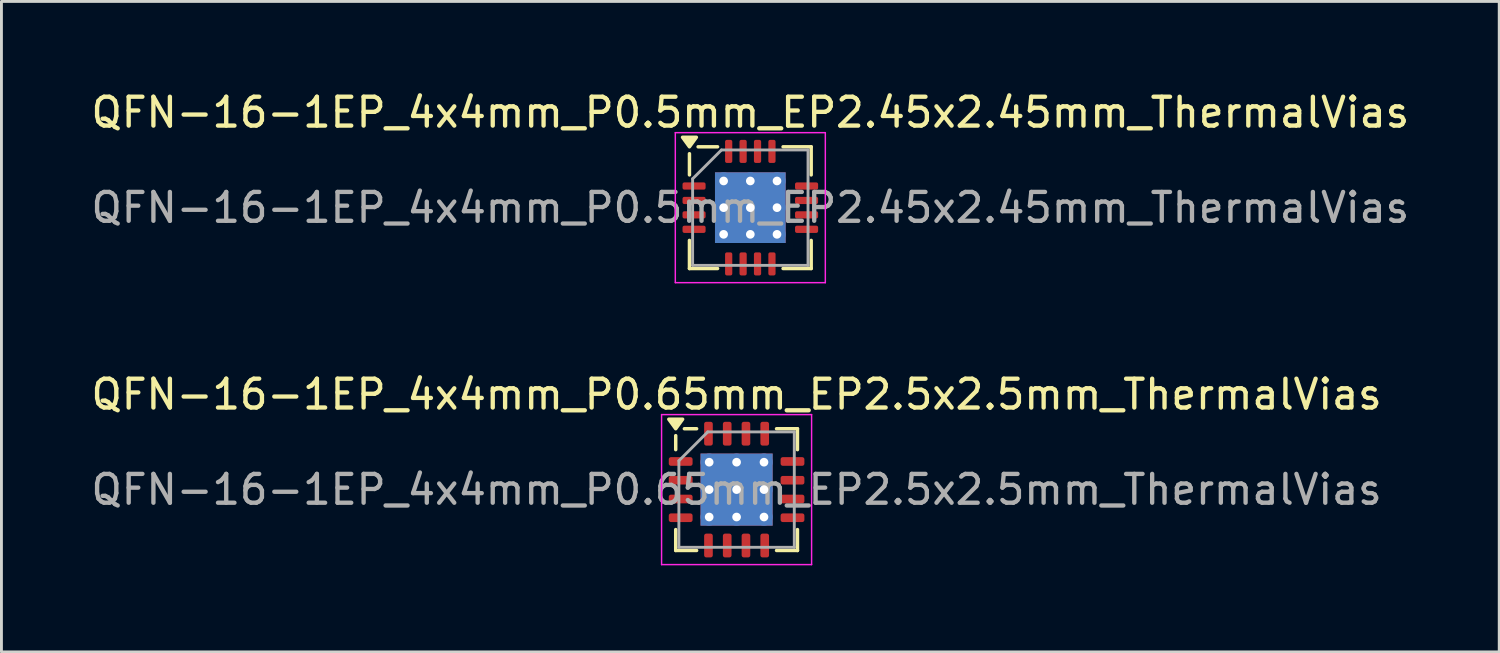
<source format=kicad_pcb>
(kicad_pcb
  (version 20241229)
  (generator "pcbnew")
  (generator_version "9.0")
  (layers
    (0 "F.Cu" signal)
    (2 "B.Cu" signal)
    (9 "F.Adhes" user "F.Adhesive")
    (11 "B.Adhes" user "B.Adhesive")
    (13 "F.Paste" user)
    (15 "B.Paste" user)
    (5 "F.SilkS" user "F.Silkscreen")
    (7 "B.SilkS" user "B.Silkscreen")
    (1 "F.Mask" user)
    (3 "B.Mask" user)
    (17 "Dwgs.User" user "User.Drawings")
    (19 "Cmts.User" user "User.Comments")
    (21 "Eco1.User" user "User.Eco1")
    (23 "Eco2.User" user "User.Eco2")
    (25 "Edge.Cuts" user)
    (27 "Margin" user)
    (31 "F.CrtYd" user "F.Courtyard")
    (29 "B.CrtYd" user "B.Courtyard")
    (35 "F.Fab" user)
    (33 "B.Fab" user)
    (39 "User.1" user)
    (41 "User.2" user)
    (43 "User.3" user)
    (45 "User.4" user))
  (footprint "QFN-16-1EP_4x4mm_P0.65mm_EP2.5x2.5mm_ThermalVias"
    (layer "F.Cu")
    (at 22.482 13.921)
    (property "Reference" "QFN-16-1EP_4x4mm_P0.65mm_EP2.5x2.5mm_ThermalVias" (at 0 -3.3 0) (layer "F.SilkS") (effects (font (size 1 1) (thickness 0.15))))
    (attr smd)
    (fp_line (start -2.11 -1.385) (end -2.11 -1.87) (stroke (width 0.12) (type solid)) (layer "F.SilkS"))
    (fp_line (start -2.11 2.11) (end -2.11 1.385) (stroke (width 0.12) (type solid)) (layer "F.SilkS"))
    (fp_line (start -1.385 -2.11) (end -1.81 -2.11) (stroke (width 0.12) (type solid)) (layer "F.SilkS"))
    (fp_line (start -1.385 2.11) (end -2.11 2.11) (stroke (width 0.12) (type solid)) (layer "F.SilkS"))
    (fp_line (start 1.385 -2.11) (end 2.11 -2.11) (stroke (width 0.12) (type solid)) (layer "F.SilkS"))
    (fp_line (start 1.385 2.11) (end 2.11 2.11) (stroke (width 0.12) (type solid)) (layer "F.SilkS"))
    (fp_line (start 2.11 -2.11) (end 2.11 -1.385) (stroke (width 0.12) (type solid)) (layer "F.SilkS"))
    (fp_line (start 2.11 2.11) (end 2.11 1.385) (stroke (width 0.12) (type solid)) (layer "F.SilkS"))
    (fp_poly (pts (xy -2.11 -2.11) (xy -2.35 -2.44) (xy -1.87 -2.44) (xy -2.11 -2.11)) (stroke (width 0.12) (type solid)) (fill yes) (layer "F.SilkS"))
    (fp_line (start -2.6 -2.6) (end -2.6 2.6) (stroke (width 0.05) (type solid)) (layer "F.CrtYd"))
    (fp_line (start -2.6 2.6) (end 2.6 2.6) (stroke (width 0.05) (type solid)) (layer "F.CrtYd"))
    (fp_line (start 2.6 -2.6) (end -2.6 -2.6) (stroke (width 0.05) (type solid)) (layer "F.CrtYd"))
    (fp_line (start 2.6 2.6) (end 2.6 -2.6) (stroke (width 0.05) (type solid)) (layer "F.CrtYd"))
    (fp_line (start -2 -1) (end -1 -2) (stroke (width 0.1) (type solid)) (layer "F.Fab"))
    (fp_line (start -2 2) (end -2 -1) (stroke (width 0.1) (type solid)) (layer "F.Fab"))
    (fp_line (start -1 -2) (end 2 -2) (stroke (width 0.1) (type solid)) (layer "F.Fab"))
    (fp_line (start 2 -2) (end 2 2) (stroke (width 0.1) (type solid)) (layer "F.Fab"))
    (fp_line (start 2 2) (end -2 2) (stroke (width 0.1) (type solid)) (layer "F.Fab"))
    (fp_text user "${REFERENCE}" (at 0 0 0) (layer "F.Fab") (effects (font (size 1 1) (thickness 0.15))))
    (pad "" smd roundrect (at -0.625 -0.625) (size 1.08 1.08) (layers "F.Paste") (roundrect_rratio 0.231))
    (pad "" smd roundrect (at -0.625 0.625) (size 1.08 1.08) (layers "F.Paste") (roundrect_rratio 0.231))
    (pad "" smd roundrect (at 0.625 -0.625) (size 1.08 1.08) (layers "F.Paste") (roundrect_rratio 0.231))
    (pad "" smd roundrect (at 0.625 0.625) (size 1.08 1.08) (layers "F.Paste") (roundrect_rratio 0.231))
    (pad "1" smd roundrect (at -1.938 -0.975) (size 0.825 0.3) (layers "F.Cu" "F.Mask" "F.Paste") (roundrect_rratio 0.25))
    (pad "2" smd roundrect (at -1.938 -0.325) (size 0.825 0.3) (layers "F.Cu" "F.Mask" "F.Paste") (roundrect_rratio 0.25))
    (pad "3" smd roundrect (at -1.938 0.325) (size 0.825 0.3) (layers "F.Cu" "F.Mask" "F.Paste") (roundrect_rratio 0.25))
    (pad "4" smd roundrect (at -1.938 0.975) (size 0.825 0.3) (layers "F.Cu" "F.Mask" "F.Paste") (roundrect_rratio 0.25))
    (pad "5" smd roundrect (at -0.975 1.938) (size 0.3 0.825) (layers "F.Cu" "F.Mask" "F.Paste") (roundrect_rratio 0.25))
    (pad "6" smd roundrect (at -0.325 1.938) (size 0.3 0.825) (layers "F.Cu" "F.Mask" "F.Paste") (roundrect_rratio 0.25))
    (pad "7" smd roundrect (at 0.325 1.938) (size 0.3 0.825) (layers "F.Cu" "F.Mask" "F.Paste") (roundrect_rratio 0.25))
    (pad "8" smd roundrect (at 0.975 1.938) (size 0.3 0.825) (layers "F.Cu" "F.Mask" "F.Paste") (roundrect_rratio 0.25))
    (pad "9" smd roundrect (at 1.938 0.975) (size 0.825 0.3) (layers "F.Cu" "F.Mask" "F.Paste") (roundrect_rratio 0.25))
    (pad "10" smd roundrect (at 1.938 0.325) (size 0.825 0.3) (layers "F.Cu" "F.Mask" "F.Paste") (roundrect_rratio 0.25))
    (pad "11" smd roundrect (at 1.938 -0.325) (size 0.825 0.3) (layers "F.Cu" "F.Mask" "F.Paste") (roundrect_rratio 0.25))
    (pad "12" smd roundrect (at 1.938 -0.975) (size 0.825 0.3) (layers "F.Cu" "F.Mask" "F.Paste") (roundrect_rratio 0.25))
    (pad "13" smd roundrect (at 0.975 -1.938) (size 0.3 0.825) (layers "F.Cu" "F.Mask" "F.Paste") (roundrect_rratio 0.25))
    (pad "14" smd roundrect (at 0.325 -1.938) (size 0.3 0.825) (layers "F.Cu" "F.Mask" "F.Paste") (roundrect_rratio 0.25))
    (pad "15" smd roundrect (at -0.325 -1.938) (size 0.3 0.825) (layers "F.Cu" "F.Mask" "F.Paste") (roundrect_rratio 0.25))
    (pad "16" smd roundrect (at -0.975 -1.938) (size 0.3 0.825) (layers "F.Cu" "F.Mask" "F.Paste") (roundrect_rratio 0.25))
    (pad "17" thru_hole circle (at -0.95 -0.95) (size 0.6 0.6) (drill 0.3) (property pad_prop_heatsink) (layers "*.Cu"))
    (pad "17" thru_hole circle (at -0.95 0) (size 0.6 0.6) (drill 0.3) (property pad_prop_heatsink) (layers "*.Cu"))
    (pad "17" thru_hole circle (at -0.95 0.95) (size 0.6 0.6) (drill 0.3) (property pad_prop_heatsink) (layers "*.Cu"))
    (pad "17" thru_hole circle (at 0 -0.95) (size 0.6 0.6) (drill 0.3) (property pad_prop_heatsink) (layers "*.Cu"))
    (pad "17" thru_hole circle (at 0 0) (size 0.6 0.6) (drill 0.3) (property pad_prop_heatsink) (layers "*.Cu"))
    (pad "17" smd rect (at 0 0) (size 2.5 2.5) (property pad_prop_heatsink) (layers "F.Cu" "F.Mask"))
    (pad "17" smd rect (at 0 0) (size 2.5 2.5) (property pad_prop_heatsink) (layers "B.Cu"))
    (pad "17" thru_hole circle (at 0 0.95) (size 0.6 0.6) (drill 0.3) (property pad_prop_heatsink) (layers "*.Cu"))
    (pad "17" thru_hole circle (at 0.95 -0.95) (size 0.6 0.6) (drill 0.3) (property pad_prop_heatsink) (layers "*.Cu"))
    (pad "17" thru_hole circle (at 0.95 0) (size 0.6 0.6) (drill 0.3) (property pad_prop_heatsink) (layers "*.Cu"))
    (pad "17" thru_hole circle (at 0.95 0.95) (size 0.6 0.6) (drill 0.3) (property pad_prop_heatsink) (layers "*.Cu")))
  (footprint "QFN-16-1EP_4x4mm_P0.5mm_EP2.45x2.45mm_ThermalVias"
    (layer "F.Cu")
    (at 22.958 4.148)
    (property "Reference" "QFN-16-1EP_4x4mm_P0.5mm_EP2.45x2.45mm_ThermalVias" (at 0 -3.3 0) (layer "F.SilkS") (effects (font (size 1 1) (thickness 0.15))))
    (attr smd)
    (fp_line (start -2.11 -1.135) (end -2.11 -1.87) (stroke (width 0.12) (type solid)) (layer "F.SilkS"))
    (fp_line (start -2.11 2.11) (end -2.11 1.135) (stroke (width 0.12) (type solid)) (layer "F.SilkS"))
    (fp_line (start -1.135 -2.11) (end -1.81 -2.11) (stroke (width 0.12) (type solid)) (layer "F.SilkS"))
    (fp_line (start -1.135 2.11) (end -2.11 2.11) (stroke (width 0.12) (type solid)) (layer "F.SilkS"))
    (fp_line (start 1.135 -2.11) (end 2.11 -2.11) (stroke (width 0.12) (type solid)) (layer "F.SilkS"))
    (fp_line (start 1.135 2.11) (end 2.11 2.11) (stroke (width 0.12) (type solid)) (layer "F.SilkS"))
    (fp_line (start 2.11 -2.11) (end 2.11 -1.135) (stroke (width 0.12) (type solid)) (layer "F.SilkS"))
    (fp_line (start 2.11 2.11) (end 2.11 1.135) (stroke (width 0.12) (type solid)) (layer "F.SilkS"))
    (fp_poly (pts (xy -2.11 -2.11) (xy -2.35 -2.44) (xy -1.87 -2.44) (xy -2.11 -2.11)) (stroke (width 0.12) (type solid)) (fill yes) (layer "F.SilkS"))
    (fp_line (start -2.6 -2.6) (end -2.6 2.6) (stroke (width 0.05) (type solid)) (layer "F.CrtYd"))
    (fp_line (start -2.6 2.6) (end 2.6 2.6) (stroke (width 0.05) (type solid)) (layer "F.CrtYd"))
    (fp_line (start 2.6 -2.6) (end -2.6 -2.6) (stroke (width 0.05) (type solid)) (layer "F.CrtYd"))
    (fp_line (start 2.6 2.6) (end 2.6 -2.6) (stroke (width 0.05) (type solid)) (layer "F.CrtYd"))
    (fp_line (start -2 -1) (end -1 -2) (stroke (width 0.1) (type solid)) (layer "F.Fab"))
    (fp_line (start -2 2) (end -2 -1) (stroke (width 0.1) (type solid)) (layer "F.Fab"))
    (fp_line (start -1 -2) (end 2 -2) (stroke (width 0.1) (type solid)) (layer "F.Fab"))
    (fp_line (start 2 -2) (end 2 2) (stroke (width 0.1) (type solid)) (layer "F.Fab"))
    (fp_line (start 2 2) (end -2 2) (stroke (width 0.1) (type solid)) (layer "F.Fab"))
    (fp_text user "${REFERENCE}" (at 0 0 0) (layer "F.Fab") (effects (font (size 1 1) (thickness 0.15))))
    (pad "" smd roundrect (at -0.61 -0.61) (size 1.06 1.06) (layers "F.Paste") (roundrect_rratio 0.236))
    (pad "" smd roundrect (at -0.61 0.61) (size 1.06 1.06) (layers "F.Paste") (roundrect_rratio 0.236))
    (pad "" smd roundrect (at 0.61 -0.61) (size 1.06 1.06) (layers "F.Paste") (roundrect_rratio 0.236))
    (pad "" smd roundrect (at 0.61 0.61) (size 1.06 1.06) (layers "F.Paste") (roundrect_rratio 0.236))
    (pad "1" smd roundrect (at -1.95 -0.75) (size 0.8 0.25) (layers "F.Cu" "F.Mask" "F.Paste") (roundrect_rratio 0.25))
    (pad "2" smd roundrect (at -1.95 -0.25) (size 0.8 0.25) (layers "F.Cu" "F.Mask" "F.Paste") (roundrect_rratio 0.25))
    (pad "3" smd roundrect (at -1.95 0.25) (size 0.8 0.25) (layers "F.Cu" "F.Mask" "F.Paste") (roundrect_rratio 0.25))
    (pad "4" smd roundrect (at -1.95 0.75) (size 0.8 0.25) (layers "F.Cu" "F.Mask" "F.Paste") (roundrect_rratio 0.25))
    (pad "5" smd roundrect (at -0.75 1.95) (size 0.25 0.8) (layers "F.Cu" "F.Mask" "F.Paste") (roundrect_rratio 0.25))
    (pad "6" smd roundrect (at -0.25 1.95) (size 0.25 0.8) (layers "F.Cu" "F.Mask" "F.Paste") (roundrect_rratio 0.25))
    (pad "7" smd roundrect (at 0.25 1.95) (size 0.25 0.8) (layers "F.Cu" "F.Mask" "F.Paste") (roundrect_rratio 0.25))
    (pad "8" smd roundrect (at 0.75 1.95) (size 0.25 0.8) (layers "F.Cu" "F.Mask" "F.Paste") (roundrect_rratio 0.25))
    (pad "9" smd roundrect (at 1.95 0.75) (size 0.8 0.25) (layers "F.Cu" "F.Mask" "F.Paste") (roundrect_rratio 0.25))
    (pad "10" smd roundrect (at 1.95 0.25) (size 0.8 0.25) (layers "F.Cu" "F.Mask" "F.Paste") (roundrect_rratio 0.25))
    (pad "11" smd roundrect (at 1.95 -0.25) (size 0.8 0.25) (layers "F.Cu" "F.Mask" "F.Paste") (roundrect_rratio 0.25))
    (pad "12" smd roundrect (at 1.95 -0.75) (size 0.8 0.25) (layers "F.Cu" "F.Mask" "F.Paste") (roundrect_rratio 0.25))
    (pad "13" smd roundrect (at 0.75 -1.95) (size 0.25 0.8) (layers "F.Cu" "F.Mask" "F.Paste") (roundrect_rratio 0.25))
    (pad "14" smd roundrect (at 0.25 -1.95) (size 0.25 0.8) (layers "F.Cu" "F.Mask" "F.Paste") (roundrect_rratio 0.25))
    (pad "15" smd roundrect (at -0.25 -1.95) (size 0.25 0.8) (layers "F.Cu" "F.Mask" "F.Paste") (roundrect_rratio 0.25))
    (pad "16" smd roundrect (at -0.75 -1.95) (size 0.25 0.8) (layers "F.Cu" "F.Mask" "F.Paste") (roundrect_rratio 0.25))
    (pad "17" thru_hole circle (at -0.925 -0.925) (size 0.6 0.6) (drill 0.3) (property pad_prop_heatsink) (layers "*.Cu"))
    (pad "17" thru_hole circle (at -0.925 0) (size 0.6 0.6) (drill 0.3) (property pad_prop_heatsink) (layers "*.Cu"))
    (pad "17" thru_hole circle (at -0.925 0.925) (size 0.6 0.6) (drill 0.3) (property pad_prop_heatsink) (layers "*.Cu"))
    (pad "17" thru_hole circle (at 0 -0.925) (size 0.6 0.6) (drill 0.3) (property pad_prop_heatsink) (layers "*.Cu"))
    (pad "17" thru_hole circle (at 0 0) (size 0.6 0.6) (drill 0.3) (property pad_prop_heatsink) (layers "*.Cu"))
    (pad "17" smd rect (at 0 0) (size 2.45 2.45) (property pad_prop_heatsink) (layers "F.Cu" "F.Mask"))
    (pad "17" smd rect (at 0 0) (size 2.45 2.45) (property pad_prop_heatsink) (layers "B.Cu"))
    (pad "17" thru_hole circle (at 0 0.925) (size 0.6 0.6) (drill 0.3) (property pad_prop_heatsink) (layers "*.Cu"))
    (pad "17" thru_hole circle (at 0.925 -0.925) (size 0.6 0.6) (drill 0.3) (property pad_prop_heatsink) (layers "*.Cu"))
    (pad "17" thru_hole circle (at 0.925 0) (size 0.6 0.6) (drill 0.3) (property pad_prop_heatsink) (layers "*.Cu"))
    (pad "17" thru_hole circle (at 0.925 0.925) (size 0.6 0.6) (drill 0.3) (property pad_prop_heatsink) (layers "*.Cu")))
  (gr_rect
    (start -3 -3)
    (end 48.917 19.547)
    (stroke (width 0.1) (type default))
    (fill no)
    (layer "Edge.Cuts")))
</source>
